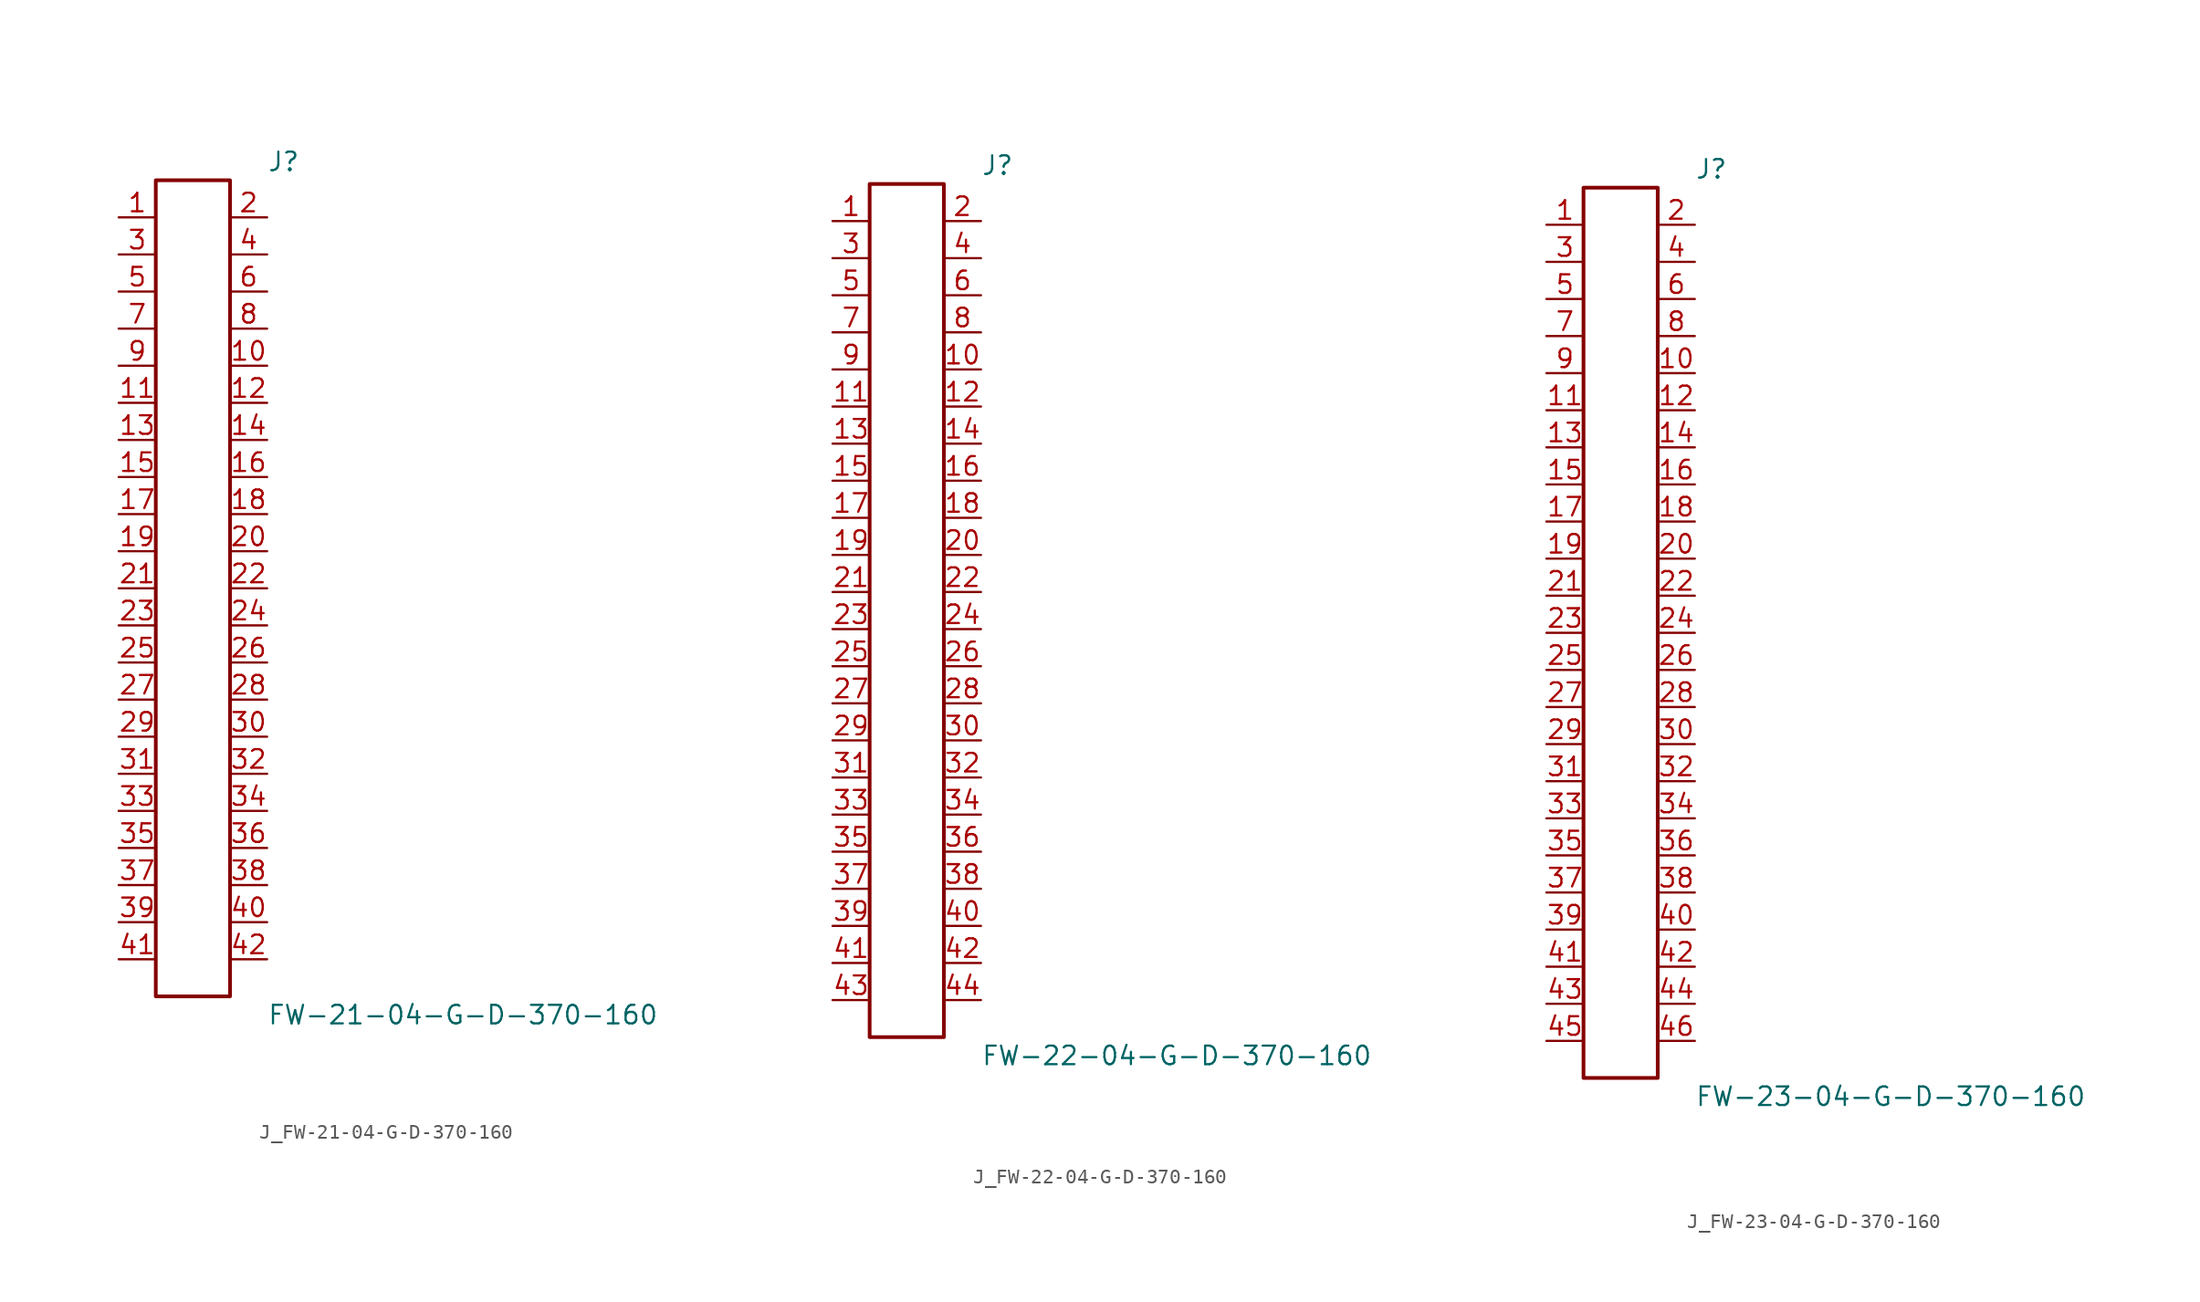
<source format=kicad_sym>
(kicad_symbol_lib
  (version 20231120)
  (generator kicad_symbol_editor)
  (generator_version 8.0)
  (symbol "J_FW-21-04-G-D-370-160"
    (pin_names
      (offset 0.254))
    (property "Reference" "J"
      (at 5.08 29.21 0)
      (effects (font (size 1.27 1.27)) (justify left)))
    (property "Value" "FW-21-04-G-D-370-160"
      (at 5.08 -29.21 0)
      (effects (font (size 1.27 1.27)) (justify left)))
    (symbol "J_FW-21-04-G-D-370-160_0_0"
      (pin unspecified line (at -5.08 25.4 0) (length 2.54) (name "" (effects (font (size 1.27 1.27)))) (number "1" (effects (font (size 1.27 1.27)))))
      (pin unspecified line (at 5.08 25.4 180) (length 2.54) (name "" (effects (font (size 1.27 1.27)))) (number "2" (effects (font (size 1.27 1.27)))))
      (pin unspecified line (at -5.08 22.86 0) (length 2.54) (name "" (effects (font (size 1.27 1.27)))) (number "3" (effects (font (size 1.27 1.27)))))
      (pin unspecified line (at 5.08 22.86 180) (length 2.54) (name "" (effects (font (size 1.27 1.27)))) (number "4" (effects (font (size 1.27 1.27)))))
      (pin unspecified line (at -5.08 20.32 0) (length 2.54) (name "" (effects (font (size 1.27 1.27)))) (number "5" (effects (font (size 1.27 1.27)))))
      (pin unspecified line (at 5.08 20.32 180) (length 2.54) (name "" (effects (font (size 1.27 1.27)))) (number "6" (effects (font (size 1.27 1.27)))))
      (pin unspecified line (at -5.08 17.78 0) (length 2.54) (name "" (effects (font (size 1.27 1.27)))) (number "7" (effects (font (size 1.27 1.27)))))
      (pin unspecified line (at 5.08 17.78 180) (length 2.54) (name "" (effects (font (size 1.27 1.27)))) (number "8" (effects (font (size 1.27 1.27)))))
      (pin unspecified line (at -5.08 15.24 0) (length 2.54) (name "" (effects (font (size 1.27 1.27)))) (number "9" (effects (font (size 1.27 1.27)))))
      (pin unspecified line (at 5.08 15.24 180) (length 2.54) (name "" (effects (font (size 1.27 1.27)))) (number "10" (effects (font (size 1.27 1.27)))))
      (pin unspecified line (at -5.08 12.7 0) (length 2.54) (name "" (effects (font (size 1.27 1.27)))) (number "11" (effects (font (size 1.27 1.27)))))
      (pin unspecified line (at 5.08 12.7 180) (length 2.54) (name "" (effects (font (size 1.27 1.27)))) (number "12" (effects (font (size 1.27 1.27)))))
      (pin unspecified line (at -5.08 10.16 0) (length 2.54) (name "" (effects (font (size 1.27 1.27)))) (number "13" (effects (font (size 1.27 1.27)))))
      (pin unspecified line (at 5.08 10.16 180) (length 2.54) (name "" (effects (font (size 1.27 1.27)))) (number "14" (effects (font (size 1.27 1.27)))))
      (pin unspecified line (at -5.08 7.62 0) (length 2.54) (name "" (effects (font (size 1.27 1.27)))) (number "15" (effects (font (size 1.27 1.27)))))
      (pin unspecified line (at 5.08 7.62 180) (length 2.54) (name "" (effects (font (size 1.27 1.27)))) (number "16" (effects (font (size 1.27 1.27)))))
      (pin unspecified line (at -5.08 5.08 0) (length 2.54) (name "" (effects (font (size 1.27 1.27)))) (number "17" (effects (font (size 1.27 1.27)))))
      (pin unspecified line (at 5.08 5.08 180) (length 2.54) (name "" (effects (font (size 1.27 1.27)))) (number "18" (effects (font (size 1.27 1.27)))))
      (pin unspecified line (at -5.08 2.54 0) (length 2.54) (name "" (effects (font (size 1.27 1.27)))) (number "19" (effects (font (size 1.27 1.27)))))
      (pin unspecified line (at 5.08 2.54 180) (length 2.54) (name "" (effects (font (size 1.27 1.27)))) (number "20" (effects (font (size 1.27 1.27)))))
      (pin unspecified line (at -5.08 0.0 0) (length 2.54) (name "" (effects (font (size 1.27 1.27)))) (number "21" (effects (font (size 1.27 1.27)))))
      (pin unspecified line (at 5.08 0.0 180) (length 2.54) (name "" (effects (font (size 1.27 1.27)))) (number "22" (effects (font (size 1.27 1.27)))))
      (pin unspecified line (at -5.08 -2.54 0) (length 2.54) (name "" (effects (font (size 1.27 1.27)))) (number "23" (effects (font (size 1.27 1.27)))))
      (pin unspecified line (at 5.08 -2.54 180) (length 2.54) (name "" (effects (font (size 1.27 1.27)))) (number "24" (effects (font (size 1.27 1.27)))))
      (pin unspecified line (at -5.08 -5.08 0) (length 2.54) (name "" (effects (font (size 1.27 1.27)))) (number "25" (effects (font (size 1.27 1.27)))))
      (pin unspecified line (at 5.08 -5.08 180) (length 2.54) (name "" (effects (font (size 1.27 1.27)))) (number "26" (effects (font (size 1.27 1.27)))))
      (pin unspecified line (at -5.08 -7.62 0) (length 2.54) (name "" (effects (font (size 1.27 1.27)))) (number "27" (effects (font (size 1.27 1.27)))))
      (pin unspecified line (at 5.08 -7.62 180) (length 2.54) (name "" (effects (font (size 1.27 1.27)))) (number "28" (effects (font (size 1.27 1.27)))))
      (pin unspecified line (at -5.08 -10.16 0) (length 2.54) (name "" (effects (font (size 1.27 1.27)))) (number "29" (effects (font (size 1.27 1.27)))))
      (pin unspecified line (at 5.08 -10.16 180) (length 2.54) (name "" (effects (font (size 1.27 1.27)))) (number "30" (effects (font (size 1.27 1.27)))))
      (pin unspecified line (at -5.08 -12.7 0) (length 2.54) (name "" (effects (font (size 1.27 1.27)))) (number "31" (effects (font (size 1.27 1.27)))))
      (pin unspecified line (at 5.08 -12.7 180) (length 2.54) (name "" (effects (font (size 1.27 1.27)))) (number "32" (effects (font (size 1.27 1.27)))))
      (pin unspecified line (at -5.08 -15.24 0) (length 2.54) (name "" (effects (font (size 1.27 1.27)))) (number "33" (effects (font (size 1.27 1.27)))))
      (pin unspecified line (at 5.08 -15.24 180) (length 2.54) (name "" (effects (font (size 1.27 1.27)))) (number "34" (effects (font (size 1.27 1.27)))))
      (pin unspecified line (at -5.08 -17.78 0) (length 2.54) (name "" (effects (font (size 1.27 1.27)))) (number "35" (effects (font (size 1.27 1.27)))))
      (pin unspecified line (at 5.08 -17.78 180) (length 2.54) (name "" (effects (font (size 1.27 1.27)))) (number "36" (effects (font (size 1.27 1.27)))))
      (pin unspecified line (at -5.08 -20.32 0) (length 2.54) (name "" (effects (font (size 1.27 1.27)))) (number "37" (effects (font (size 1.27 1.27)))))
      (pin unspecified line (at 5.08 -20.32 180) (length 2.54) (name "" (effects (font (size 1.27 1.27)))) (number "38" (effects (font (size 1.27 1.27)))))
      (pin unspecified line (at -5.08 -22.86 0) (length 2.54) (name "" (effects (font (size 1.27 1.27)))) (number "39" (effects (font (size 1.27 1.27)))))
      (pin unspecified line (at 5.08 -22.86 180) (length 2.54) (name "" (effects (font (size 1.27 1.27)))) (number "40" (effects (font (size 1.27 1.27)))))
      (pin unspecified line (at -5.08 -25.4 0) (length 2.54) (name "" (effects (font (size 1.27 1.27)))) (number "41" (effects (font (size 1.27 1.27)))))
      (pin unspecified line (at 5.08 -25.4 180) (length 2.54) (name "" (effects (font (size 1.27 1.27)))) (number "42" (effects (font (size 1.27 1.27))))))
    (symbol "J_FW-21-04-G-D-370-160_1_0"
      (rectangle (start -2.54 27.94) (end 2.54 -27.94) (stroke (width 0.254) (type solid)) (fill (type none)))))
  (symbol "J_FW-22-04-G-D-370-160"
    (pin_names
      (offset 0.254))
    (property "Reference" "J"
      (at 5.08 30.48 0)
      (effects (font (size 1.27 1.27)) (justify left)))
    (property "Value" "FW-22-04-G-D-370-160"
      (at 5.08 -30.48 0)
      (effects (font (size 1.27 1.27)) (justify left)))
    (symbol "J_FW-22-04-G-D-370-160_0_0"
      (pin unspecified line (at -5.08 26.67 0) (length 2.54) (name "" (effects (font (size 1.27 1.27)))) (number "1" (effects (font (size 1.27 1.27)))))
      (pin unspecified line (at 5.08 26.67 180) (length 2.54) (name "" (effects (font (size 1.27 1.27)))) (number "2" (effects (font (size 1.27 1.27)))))
      (pin unspecified line (at -5.08 24.13 0) (length 2.54) (name "" (effects (font (size 1.27 1.27)))) (number "3" (effects (font (size 1.27 1.27)))))
      (pin unspecified line (at 5.08 24.13 180) (length 2.54) (name "" (effects (font (size 1.27 1.27)))) (number "4" (effects (font (size 1.27 1.27)))))
      (pin unspecified line (at -5.08 21.59 0) (length 2.54) (name "" (effects (font (size 1.27 1.27)))) (number "5" (effects (font (size 1.27 1.27)))))
      (pin unspecified line (at 5.08 21.59 180) (length 2.54) (name "" (effects (font (size 1.27 1.27)))) (number "6" (effects (font (size 1.27 1.27)))))
      (pin unspecified line (at -5.08 19.05 0) (length 2.54) (name "" (effects (font (size 1.27 1.27)))) (number "7" (effects (font (size 1.27 1.27)))))
      (pin unspecified line (at 5.08 19.05 180) (length 2.54) (name "" (effects (font (size 1.27 1.27)))) (number "8" (effects (font (size 1.27 1.27)))))
      (pin unspecified line (at -5.08 16.51 0) (length 2.54) (name "" (effects (font (size 1.27 1.27)))) (number "9" (effects (font (size 1.27 1.27)))))
      (pin unspecified line (at 5.08 16.51 180) (length 2.54) (name "" (effects (font (size 1.27 1.27)))) (number "10" (effects (font (size 1.27 1.27)))))
      (pin unspecified line (at -5.08 13.97 0) (length 2.54) (name "" (effects (font (size 1.27 1.27)))) (number "11" (effects (font (size 1.27 1.27)))))
      (pin unspecified line (at 5.08 13.97 180) (length 2.54) (name "" (effects (font (size 1.27 1.27)))) (number "12" (effects (font (size 1.27 1.27)))))
      (pin unspecified line (at -5.08 11.43 0) (length 2.54) (name "" (effects (font (size 1.27 1.27)))) (number "13" (effects (font (size 1.27 1.27)))))
      (pin unspecified line (at 5.08 11.43 180) (length 2.54) (name "" (effects (font (size 1.27 1.27)))) (number "14" (effects (font (size 1.27 1.27)))))
      (pin unspecified line (at -5.08 8.89 0) (length 2.54) (name "" (effects (font (size 1.27 1.27)))) (number "15" (effects (font (size 1.27 1.27)))))
      (pin unspecified line (at 5.08 8.89 180) (length 2.54) (name "" (effects (font (size 1.27 1.27)))) (number "16" (effects (font (size 1.27 1.27)))))
      (pin unspecified line (at -5.08 6.35 0) (length 2.54) (name "" (effects (font (size 1.27 1.27)))) (number "17" (effects (font (size 1.27 1.27)))))
      (pin unspecified line (at 5.08 6.35 180) (length 2.54) (name "" (effects (font (size 1.27 1.27)))) (number "18" (effects (font (size 1.27 1.27)))))
      (pin unspecified line (at -5.08 3.81 0) (length 2.54) (name "" (effects (font (size 1.27 1.27)))) (number "19" (effects (font (size 1.27 1.27)))))
      (pin unspecified line (at 5.08 3.81 180) (length 2.54) (name "" (effects (font (size 1.27 1.27)))) (number "20" (effects (font (size 1.27 1.27)))))
      (pin unspecified line (at -5.08 1.27 0) (length 2.54) (name "" (effects (font (size 1.27 1.27)))) (number "21" (effects (font (size 1.27 1.27)))))
      (pin unspecified line (at 5.08 1.27 180) (length 2.54) (name "" (effects (font (size 1.27 1.27)))) (number "22" (effects (font (size 1.27 1.27)))))
      (pin unspecified line (at -5.08 -1.27 0) (length 2.54) (name "" (effects (font (size 1.27 1.27)))) (number "23" (effects (font (size 1.27 1.27)))))
      (pin unspecified line (at 5.08 -1.27 180) (length 2.54) (name "" (effects (font (size 1.27 1.27)))) (number "24" (effects (font (size 1.27 1.27)))))
      (pin unspecified line (at -5.08 -3.81 0) (length 2.54) (name "" (effects (font (size 1.27 1.27)))) (number "25" (effects (font (size 1.27 1.27)))))
      (pin unspecified line (at 5.08 -3.81 180) (length 2.54) (name "" (effects (font (size 1.27 1.27)))) (number "26" (effects (font (size 1.27 1.27)))))
      (pin unspecified line (at -5.08 -6.35 0) (length 2.54) (name "" (effects (font (size 1.27 1.27)))) (number "27" (effects (font (size 1.27 1.27)))))
      (pin unspecified line (at 5.08 -6.35 180) (length 2.54) (name "" (effects (font (size 1.27 1.27)))) (number "28" (effects (font (size 1.27 1.27)))))
      (pin unspecified line (at -5.08 -8.89 0) (length 2.54) (name "" (effects (font (size 1.27 1.27)))) (number "29" (effects (font (size 1.27 1.27)))))
      (pin unspecified line (at 5.08 -8.89 180) (length 2.54) (name "" (effects (font (size 1.27 1.27)))) (number "30" (effects (font (size 1.27 1.27)))))
      (pin unspecified line (at -5.08 -11.43 0) (length 2.54) (name "" (effects (font (size 1.27 1.27)))) (number "31" (effects (font (size 1.27 1.27)))))
      (pin unspecified line (at 5.08 -11.43 180) (length 2.54) (name "" (effects (font (size 1.27 1.27)))) (number "32" (effects (font (size 1.27 1.27)))))
      (pin unspecified line (at -5.08 -13.97 0) (length 2.54) (name "" (effects (font (size 1.27 1.27)))) (number "33" (effects (font (size 1.27 1.27)))))
      (pin unspecified line (at 5.08 -13.97 180) (length 2.54) (name "" (effects (font (size 1.27 1.27)))) (number "34" (effects (font (size 1.27 1.27)))))
      (pin unspecified line (at -5.08 -16.51 0) (length 2.54) (name "" (effects (font (size 1.27 1.27)))) (number "35" (effects (font (size 1.27 1.27)))))
      (pin unspecified line (at 5.08 -16.51 180) (length 2.54) (name "" (effects (font (size 1.27 1.27)))) (number "36" (effects (font (size 1.27 1.27)))))
      (pin unspecified line (at -5.08 -19.05 0) (length 2.54) (name "" (effects (font (size 1.27 1.27)))) (number "37" (effects (font (size 1.27 1.27)))))
      (pin unspecified line (at 5.08 -19.05 180) (length 2.54) (name "" (effects (font (size 1.27 1.27)))) (number "38" (effects (font (size 1.27 1.27)))))
      (pin unspecified line (at -5.08 -21.59 0) (length 2.54) (name "" (effects (font (size 1.27 1.27)))) (number "39" (effects (font (size 1.27 1.27)))))
      (pin unspecified line (at 5.08 -21.59 180) (length 2.54) (name "" (effects (font (size 1.27 1.27)))) (number "40" (effects (font (size 1.27 1.27)))))
      (pin unspecified line (at -5.08 -24.13 0) (length 2.54) (name "" (effects (font (size 1.27 1.27)))) (number "41" (effects (font (size 1.27 1.27)))))
      (pin unspecified line (at 5.08 -24.13 180) (length 2.54) (name "" (effects (font (size 1.27 1.27)))) (number "42" (effects (font (size 1.27 1.27)))))
      (pin unspecified line (at -5.08 -26.67 0) (length 2.54) (name "" (effects (font (size 1.27 1.27)))) (number "43" (effects (font (size 1.27 1.27)))))
      (pin unspecified line (at 5.08 -26.67 180) (length 2.54) (name "" (effects (font (size 1.27 1.27)))) (number "44" (effects (font (size 1.27 1.27))))))
    (symbol "J_FW-22-04-G-D-370-160_1_0"
      (rectangle (start -2.54 29.21) (end 2.54 -29.21) (stroke (width 0.254) (type solid)) (fill (type none)))))
  (symbol "J_FW-23-04-G-D-370-160"
    (pin_names
      (offset 0.254))
    (property "Reference" "J"
      (at 5.08 31.75 0)
      (effects (font (size 1.27 1.27)) (justify left)))
    (property "Value" "FW-23-04-G-D-370-160"
      (at 5.08 -31.75 0)
      (effects (font (size 1.27 1.27)) (justify left)))
    (symbol "J_FW-23-04-G-D-370-160_0_0"
      (pin unspecified line (at -5.08 27.94 0) (length 2.54) (name "" (effects (font (size 1.27 1.27)))) (number "1" (effects (font (size 1.27 1.27)))))
      (pin unspecified line (at 5.08 27.94 180) (length 2.54) (name "" (effects (font (size 1.27 1.27)))) (number "2" (effects (font (size 1.27 1.27)))))
      (pin unspecified line (at -5.08 25.4 0) (length 2.54) (name "" (effects (font (size 1.27 1.27)))) (number "3" (effects (font (size 1.27 1.27)))))
      (pin unspecified line (at 5.08 25.4 180) (length 2.54) (name "" (effects (font (size 1.27 1.27)))) (number "4" (effects (font (size 1.27 1.27)))))
      (pin unspecified line (at -5.08 22.86 0) (length 2.54) (name "" (effects (font (size 1.27 1.27)))) (number "5" (effects (font (size 1.27 1.27)))))
      (pin unspecified line (at 5.08 22.86 180) (length 2.54) (name "" (effects (font (size 1.27 1.27)))) (number "6" (effects (font (size 1.27 1.27)))))
      (pin unspecified line (at -5.08 20.32 0) (length 2.54) (name "" (effects (font (size 1.27 1.27)))) (number "7" (effects (font (size 1.27 1.27)))))
      (pin unspecified line (at 5.08 20.32 180) (length 2.54) (name "" (effects (font (size 1.27 1.27)))) (number "8" (effects (font (size 1.27 1.27)))))
      (pin unspecified line (at -5.08 17.78 0) (length 2.54) (name "" (effects (font (size 1.27 1.27)))) (number "9" (effects (font (size 1.27 1.27)))))
      (pin unspecified line (at 5.08 17.78 180) (length 2.54) (name "" (effects (font (size 1.27 1.27)))) (number "10" (effects (font (size 1.27 1.27)))))
      (pin unspecified line (at -5.08 15.24 0) (length 2.54) (name "" (effects (font (size 1.27 1.27)))) (number "11" (effects (font (size 1.27 1.27)))))
      (pin unspecified line (at 5.08 15.24 180) (length 2.54) (name "" (effects (font (size 1.27 1.27)))) (number "12" (effects (font (size 1.27 1.27)))))
      (pin unspecified line (at -5.08 12.7 0) (length 2.54) (name "" (effects (font (size 1.27 1.27)))) (number "13" (effects (font (size 1.27 1.27)))))
      (pin unspecified line (at 5.08 12.7 180) (length 2.54) (name "" (effects (font (size 1.27 1.27)))) (number "14" (effects (font (size 1.27 1.27)))))
      (pin unspecified line (at -5.08 10.16 0) (length 2.54) (name "" (effects (font (size 1.27 1.27)))) (number "15" (effects (font (size 1.27 1.27)))))
      (pin unspecified line (at 5.08 10.16 180) (length 2.54) (name "" (effects (font (size 1.27 1.27)))) (number "16" (effects (font (size 1.27 1.27)))))
      (pin unspecified line (at -5.08 7.62 0) (length 2.54) (name "" (effects (font (size 1.27 1.27)))) (number "17" (effects (font (size 1.27 1.27)))))
      (pin unspecified line (at 5.08 7.62 180) (length 2.54) (name "" (effects (font (size 1.27 1.27)))) (number "18" (effects (font (size 1.27 1.27)))))
      (pin unspecified line (at -5.08 5.08 0) (length 2.54) (name "" (effects (font (size 1.27 1.27)))) (number "19" (effects (font (size 1.27 1.27)))))
      (pin unspecified line (at 5.08 5.08 180) (length 2.54) (name "" (effects (font (size 1.27 1.27)))) (number "20" (effects (font (size 1.27 1.27)))))
      (pin unspecified line (at -5.08 2.54 0) (length 2.54) (name "" (effects (font (size 1.27 1.27)))) (number "21" (effects (font (size 1.27 1.27)))))
      (pin unspecified line (at 5.08 2.54 180) (length 2.54) (name "" (effects (font (size 1.27 1.27)))) (number "22" (effects (font (size 1.27 1.27)))))
      (pin unspecified line (at -5.08 0.0 0) (length 2.54) (name "" (effects (font (size 1.27 1.27)))) (number "23" (effects (font (size 1.27 1.27)))))
      (pin unspecified line (at 5.08 0.0 180) (length 2.54) (name "" (effects (font (size 1.27 1.27)))) (number "24" (effects (font (size 1.27 1.27)))))
      (pin unspecified line (at -5.08 -2.54 0) (length 2.54) (name "" (effects (font (size 1.27 1.27)))) (number "25" (effects (font (size 1.27 1.27)))))
      (pin unspecified line (at 5.08 -2.54 180) (length 2.54) (name "" (effects (font (size 1.27 1.27)))) (number "26" (effects (font (size 1.27 1.27)))))
      (pin unspecified line (at -5.08 -5.08 0) (length 2.54) (name "" (effects (font (size 1.27 1.27)))) (number "27" (effects (font (size 1.27 1.27)))))
      (pin unspecified line (at 5.08 -5.08 180) (length 2.54) (name "" (effects (font (size 1.27 1.27)))) (number "28" (effects (font (size 1.27 1.27)))))
      (pin unspecified line (at -5.08 -7.62 0) (length 2.54) (name "" (effects (font (size 1.27 1.27)))) (number "29" (effects (font (size 1.27 1.27)))))
      (pin unspecified line (at 5.08 -7.62 180) (length 2.54) (name "" (effects (font (size 1.27 1.27)))) (number "30" (effects (font (size 1.27 1.27)))))
      (pin unspecified line (at -5.08 -10.16 0) (length 2.54) (name "" (effects (font (size 1.27 1.27)))) (number "31" (effects (font (size 1.27 1.27)))))
      (pin unspecified line (at 5.08 -10.16 180) (length 2.54) (name "" (effects (font (size 1.27 1.27)))) (number "32" (effects (font (size 1.27 1.27)))))
      (pin unspecified line (at -5.08 -12.7 0) (length 2.54) (name "" (effects (font (size 1.27 1.27)))) (number "33" (effects (font (size 1.27 1.27)))))
      (pin unspecified line (at 5.08 -12.7 180) (length 2.54) (name "" (effects (font (size 1.27 1.27)))) (number "34" (effects (font (size 1.27 1.27)))))
      (pin unspecified line (at -5.08 -15.24 0) (length 2.54) (name "" (effects (font (size 1.27 1.27)))) (number "35" (effects (font (size 1.27 1.27)))))
      (pin unspecified line (at 5.08 -15.24 180) (length 2.54) (name "" (effects (font (size 1.27 1.27)))) (number "36" (effects (font (size 1.27 1.27)))))
      (pin unspecified line (at -5.08 -17.78 0) (length 2.54) (name "" (effects (font (size 1.27 1.27)))) (number "37" (effects (font (size 1.27 1.27)))))
      (pin unspecified line (at 5.08 -17.78 180) (length 2.54) (name "" (effects (font (size 1.27 1.27)))) (number "38" (effects (font (size 1.27 1.27)))))
      (pin unspecified line (at -5.08 -20.32 0) (length 2.54) (name "" (effects (font (size 1.27 1.27)))) (number "39" (effects (font (size 1.27 1.27)))))
      (pin unspecified line (at 5.08 -20.32 180) (length 2.54) (name "" (effects (font (size 1.27 1.27)))) (number "40" (effects (font (size 1.27 1.27)))))
      (pin unspecified line (at -5.08 -22.86 0) (length 2.54) (name "" (effects (font (size 1.27 1.27)))) (number "41" (effects (font (size 1.27 1.27)))))
      (pin unspecified line (at 5.08 -22.86 180) (length 2.54) (name "" (effects (font (size 1.27 1.27)))) (number "42" (effects (font (size 1.27 1.27)))))
      (pin unspecified line (at -5.08 -25.4 0) (length 2.54) (name "" (effects (font (size 1.27 1.27)))) (number "43" (effects (font (size 1.27 1.27)))))
      (pin unspecified line (at 5.08 -25.4 180) (length 2.54) (name "" (effects (font (size 1.27 1.27)))) (number "44" (effects (font (size 1.27 1.27)))))
      (pin unspecified line (at -5.08 -27.94 0) (length 2.54) (name "" (effects (font (size 1.27 1.27)))) (number "45" (effects (font (size 1.27 1.27)))))
      (pin unspecified line (at 5.08 -27.94 180) (length 2.54) (name "" (effects (font (size 1.27 1.27)))) (number "46" (effects (font (size 1.27 1.27))))))
    (symbol "J_FW-23-04-G-D-370-160_1_0"
      (rectangle (start -2.54 30.48) (end 2.54 -30.48) (stroke (width 0.254) (type solid)) (fill (type none))))))
</source>
